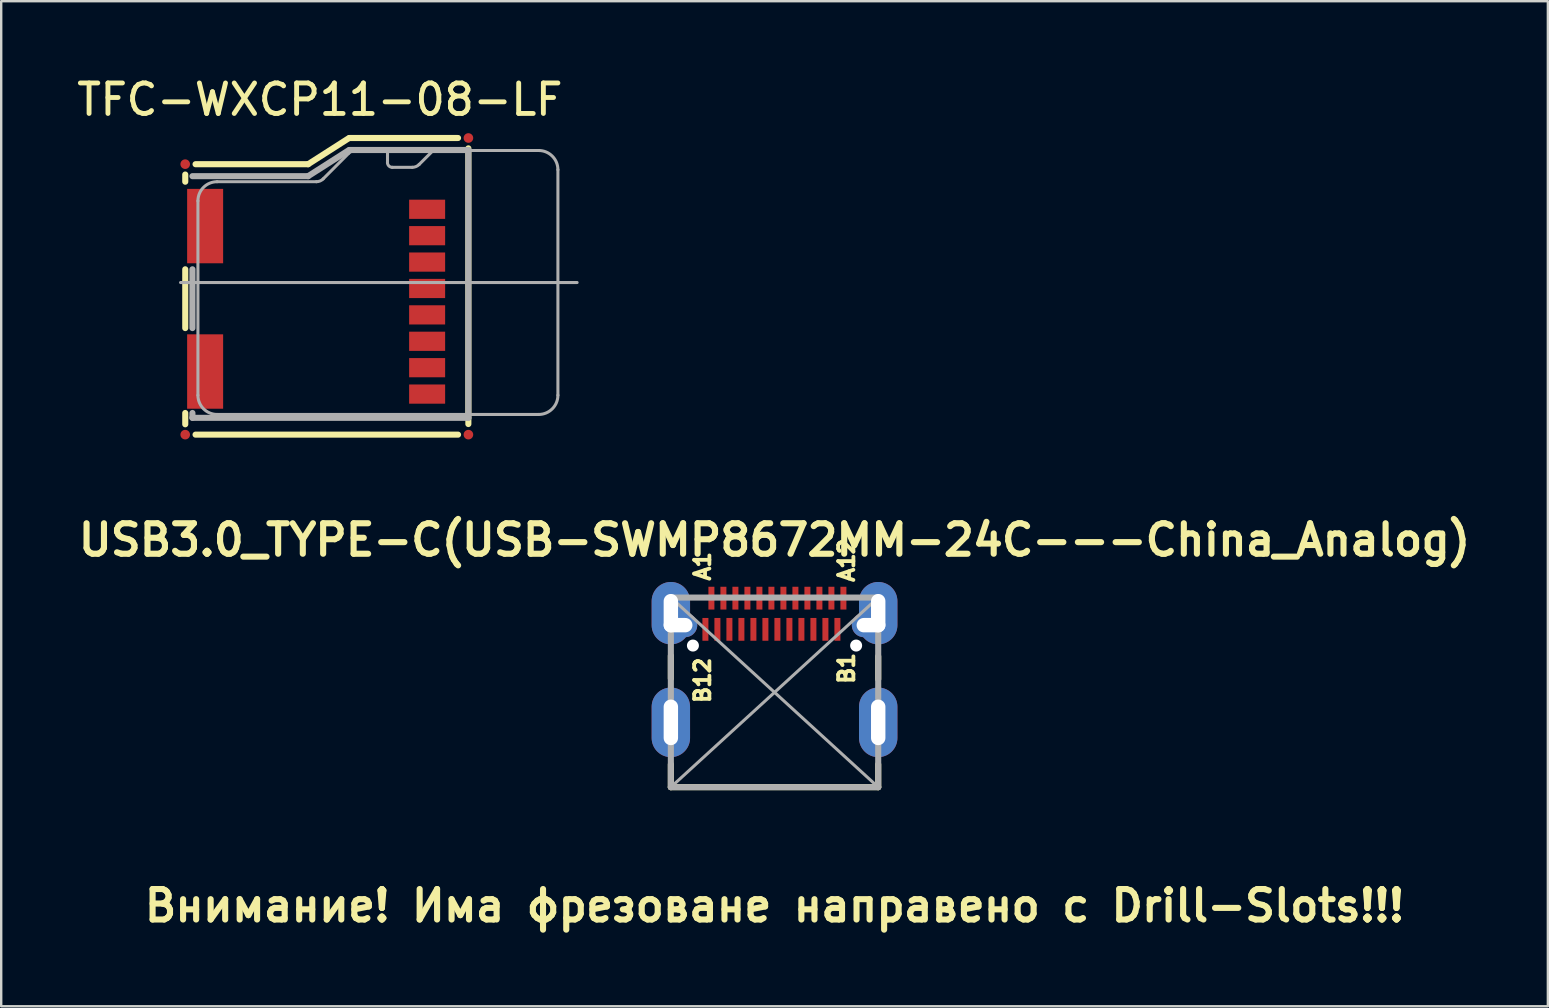
<source format=kicad_pcb>
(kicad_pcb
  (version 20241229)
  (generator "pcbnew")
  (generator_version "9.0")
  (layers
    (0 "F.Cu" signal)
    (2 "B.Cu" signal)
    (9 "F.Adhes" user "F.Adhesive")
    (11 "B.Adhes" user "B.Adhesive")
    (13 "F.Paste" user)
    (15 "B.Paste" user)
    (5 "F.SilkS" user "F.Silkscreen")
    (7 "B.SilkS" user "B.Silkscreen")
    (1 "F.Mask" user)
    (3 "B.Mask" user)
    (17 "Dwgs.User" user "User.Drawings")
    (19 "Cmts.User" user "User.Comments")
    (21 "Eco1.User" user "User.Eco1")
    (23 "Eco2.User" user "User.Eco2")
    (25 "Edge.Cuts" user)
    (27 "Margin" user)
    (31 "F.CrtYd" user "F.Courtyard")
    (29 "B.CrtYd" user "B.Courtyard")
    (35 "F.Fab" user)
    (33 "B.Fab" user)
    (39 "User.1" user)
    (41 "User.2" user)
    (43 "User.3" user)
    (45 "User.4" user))
  (footprint "TFC-WXCP11-08-LF"
    (layer "F.Cu")
    (at 10.747 9.52)
    (property "Reference" "TFC-WXCP11-08-LF" (at -0.47 -8.42 0) (layer "F.SilkS") (effects (font (size 1.27 1.27) (thickness 0.203))))
    (attr smd)
    (fp_line (start -6.078 -4.999) (end -6.078 -5.298) (stroke (width 0.254) (type solid)) (layer "F.SilkS"))
    (fp_line (start -6.078 1.1) (end -6.078 -1.349) (stroke (width 0.254) (type solid)) (layer "F.SilkS"))
    (fp_line (start -6.078 5.108) (end -6.078 4.638) (stroke (width 0.254) (type solid)) (layer "F.SilkS"))
    (fp_line (start -5.649 -5.728) (end -0.958 -5.728) (stroke (width 0.254) (type solid)) (layer "F.SilkS"))
    (fp_line (start -0.958 -5.728) (end 0.749 -6.82) (stroke (width 0.254) (type solid)) (layer "F.SilkS"))
    (fp_line (start 5.288 -6.82) (end 0.77 -6.82) (stroke (width 0.254) (type solid)) (layer "F.SilkS"))
    (fp_line (start 5.288 5.54) (end -5.649 5.54) (stroke (width 0.254) (type solid)) (layer "F.SilkS"))
    (fp_line (start 5.718 5.098) (end 5.718 -6.388) (stroke (width 0.254) (type solid)) (layer "F.SilkS"))
    (fp_line (start -6.274 -0.798) (end 10.249 -0.798) (stroke (width 0.127) (type solid)) (layer "F.Fab"))
    (fp_line (start -5.779 -5.23) (end -0.958 -5.23) (stroke (width 0.254) (type solid)) (layer "F.Fab"))
    (fp_line (start -5.779 1.1) (end -5.779 -1.349) (stroke (width 0.254) (type solid)) (layer "F.Fab"))
    (fp_line (start -5.779 4.839) (end -5.779 4.638) (stroke (width 0.254) (type solid)) (layer "F.Fab"))
    (fp_line (start -5.55 3.899) (end -5.55 -4.199) (stroke (width 0.127) (type solid)) (layer "F.Fab"))
    (fp_line (start -4.75 -4.999) (end -0.615 -4.999) (stroke (width 0.127) (type solid)) (layer "F.Fab"))
    (fp_line (start -0.958 -5.23) (end 0.749 -6.32) (stroke (width 0.254) (type solid)) (layer "F.Fab"))
    (fp_line (start -0.333 -5.116) (end 0.732 -6.182) (stroke (width 0.127) (type solid)) (layer "F.Fab"))
    (fp_line (start 1.013 -6.299) (end 2.248 -6.299) (stroke (width 0.127) (type solid)) (layer "F.Fab"))
    (fp_line (start 2.349 -6.198) (end 2.349 -5.799) (stroke (width 0.127) (type solid)) (layer "F.Fab"))
    (fp_line (start 2.548 -5.598) (end 3.383 -5.598) (stroke (width 0.127) (type solid)) (layer "F.Fab"))
    (fp_line (start 3.665 -5.715) (end 4.249 -6.299) (stroke (width 0.127) (type solid)) (layer "F.Fab"))
    (fp_line (start 4.249 -6.299) (end 8.649 -6.299) (stroke (width 0.127) (type solid)) (layer "F.Fab"))
    (fp_line (start 5.718 -6.32) (end 0.77 -6.32) (stroke (width 0.254) (type solid)) (layer "F.Fab"))
    (fp_line (start 5.718 4.839) (end -5.779 4.839) (stroke (width 0.254) (type solid)) (layer "F.Fab"))
    (fp_line (start 5.718 4.839) (end 5.718 -6.32) (stroke (width 0.254) (type solid)) (layer "F.Fab"))
    (fp_line (start 8.649 4.699) (end -4.75 4.699) (stroke (width 0.127) (type solid)) (layer "F.Fab"))
    (fp_line (start 9.449 -5.499) (end 9.449 3.899) (stroke (width 0.127) (type solid)) (layer "F.Fab"))
    (fp_arc (start -5.5499 -4.19862) (mid -5.315556 -4.764376) (end -4.7498 -4.99872) (stroke (width 0.127) (type solid)) (layer "F.Fab"))
    (fp_arc (start -4.7498 4.699) (mid -5.315556 4.464656) (end -5.5499 3.8989) (stroke (width 0.127) (type solid)) (layer "F.Fab"))
    (fp_arc (start -0.33274 -5.11556) (mid -0.462095 -5.029128) (end -0.61468 -4.998777) (stroke (width 0.127) (type solid)) (layer "F.Fab"))
    (fp_arc (start 0.73152 -6.18236) (mid 0.861524 -6.268467) (end 1.014557 -6.298402) (stroke (width 0.127) (type solid)) (layer "F.Fab"))
    (fp_arc (start 2.2479 -6.2992) (mid 2.319742 -6.269442) (end 2.3495 -6.1976) (stroke (width 0.127) (type solid)) (layer "F.Fab"))
    (fp_arc (start 2.54762 -5.59816) (mid 2.405732 -5.656932) (end 2.34696 -5.79882) (stroke (width 0.127) (type solid)) (layer "F.Fab"))
    (fp_arc (start 3.66522 -5.715) (mid 3.534893 -5.628761) (end 3.381484 -5.598961) (stroke (width 0.127) (type solid)) (layer "F.Fab"))
    (fp_arc (start 8.6487 -6.2992) (mid 9.214456 -6.064856) (end 9.4488 -5.4991) (stroke (width 0.127) (type solid)) (layer "F.Fab"))
    (fp_arc (start 9.4488 3.8989) (mid 9.214456 4.464656) (end 8.6487 4.699) (stroke (width 0.127) (type solid)) (layer "F.Fab"))
    (pad "1" smd rect (at 4 -3.85 90) (size 0.8 1.5) (layers "F.Cu" "F.Mask" "F.Paste"))
    (pad "2" smd rect (at 4 -2.75 90) (size 0.8 1.5) (layers "F.Cu" "F.Mask" "F.Paste"))
    (pad "3" smd rect (at 4 -1.65 90) (size 0.8 1.5) (layers "F.Cu" "F.Mask" "F.Paste"))
    (pad "4" smd rect (at 4 -0.55 90) (size 0.8 1.5) (layers "F.Cu" "F.Mask" "F.Paste"))
    (pad "5" smd rect (at 4 0.55 90) (size 0.8 1.5) (layers "F.Cu" "F.Mask" "F.Paste"))
    (pad "6" smd rect (at 4 1.65 90) (size 0.8 1.5) (layers "F.Cu" "F.Mask" "F.Paste"))
    (pad "7" smd rect (at 4 2.75 90) (size 0.8 1.5) (layers "F.Cu" "F.Mask" "F.Paste"))
    (pad "8" smd rect (at 4 3.85 90) (size 0.8 1.5) (layers "F.Cu" "F.Mask" "F.Paste"))
    (pad "FID1" smd circle (at 5.72 -6.82 90) (size 0.4 0.4) (layers "F.Cu" "F.Mask"))
    (pad "FID2" smd circle (at -6.08 -5.73 90) (size 0.4 0.4) (layers "F.Cu" "F.Mask"))
    (pad "FID3" smd circle (at -6.08 5.54 90) (size 0.4 0.4) (layers "F.Cu" "F.Mask"))
    (pad "FID4" smd circle (at 5.72 5.54 90) (size 0.4 0.4) (layers "F.Cu" "F.Mask"))
    (pad "SH1" smd rect (at -5.25 2.91 90) (size 3.1 1.5) (layers "F.Cu" "F.Mask" "F.Paste"))
    (pad "SH2" smd rect (at -5.25 -3.15 90) (size 3.1 1.5) (layers "F.Cu" "F.Mask" "F.Paste")))
  (footprint "USB3.0_TYPE-C(USB-SWMP8672MM-24C---China_Analog)"
    (layer "F.Cu")
    (at 29.222 25.798)
    (property "Reference" "USB3.0_TYPE-C(USB-SWMP8672MM-24C---China_Analog)" (at 0 -6.35 0) (layer "F.SilkS") (effects (font (size 1.27 1.27) (thickness 0.254))))
    (attr through_hole)
    (fp_line (start -4.32 -1.525) (end -4.32 -0.575) (stroke (width 0.254) (type solid)) (layer "F.SilkS"))
    (fp_line (start -4.32 3) (end -4.32 3.95) (stroke (width 0.254) (type solid)) (layer "F.SilkS"))
    (fp_line (start -4.32 3.95) (end 4.32 3.95) (stroke (width 0.254) (type solid)) (layer "F.SilkS"))
    (fp_line (start 4.32 -0.55) (end 4.32 -1.5) (stroke (width 0.254) (type solid)) (layer "F.SilkS"))
    (fp_line (start 4.32 3.95) (end 4.32 3) (stroke (width 0.254) (type solid)) (layer "F.SilkS"))
    (fp_line (start -4.32 -3.95) (end 4.32 -3.95) (stroke (width 0.254) (type solid)) (layer "F.Fab"))
    (fp_line (start -4.32 -3.95) (end 4.32 3.95) (stroke (width 0.127) (type solid)) (layer "F.Fab"))
    (fp_line (start -4.32 3.95) (end -4.32 -3.95) (stroke (width 0.254) (type solid)) (layer "F.Fab"))
    (fp_line (start -4.32 3.95) (end 4.32 3.95) (stroke (width 0.254) (type solid)) (layer "F.Fab"))
    (fp_line (start 4.32 -3.95) (end -4.32 3.95) (stroke (width 0.127) (type solid)) (layer "F.Fab"))
    (fp_line (start 4.32 3.95) (end 4.32 -3.95) (stroke (width 0.254) (type solid)) (layer "F.Fab"))
    (fp_text user "B12" (at -3 -0.5 90) (layer "F.SilkS") (effects (font (size 0.635 0.635) (thickness 0.159))))
    (fp_text user "A12" (at 3 -5.5 90) (layer "F.SilkS") (effects (font (size 0.635 0.635) (thickness 0.159))))
    (fp_text user "B1" (at 3 -1 90) (layer "F.SilkS") (effects (font (size 0.635 0.635) (thickness 0.159))))
    (fp_text user "A1" (at -3 -5.25 90) (layer "F.SilkS") (effects (font (size 0.635 0.635) (thickness 0.159))))
    (fp_text user "Внимание! Има фрезоване направено с Drill-Slots!!!" (at 0 8.89 0) (layer "F.SilkS") (effects (font (size 1.27 1.27) (thickness 0.254))))
    (pad "" np_thru_hole circle (at -3.4 -1.95 90) (size 0.5 0.5) (drill 0.5) (layers "*.Cu" "*.Mask"))
    (pad "" np_thru_hole circle (at 3.4 -1.95 90) (size 0.5 0.5) (drill 0.5) (layers "*.Cu" "*.Mask"))
    (pad "0" thru_hole oval (at -4.32 -3.3) (size 1.6 2.6) (drill oval 0.6 1.6) (layers "*.Cu" "*.Mask"))
    (pad "0" thru_hole oval (at -4.32 1.25) (size 1.6 2.9) (drill oval 0.6 1.9) (layers "*.Cu" "*.Mask"))
    (pad "0" thru_hole oval (at -4.02 -2.8 90) (size 1 1.6) (drill oval 0.6 1.2) (layers "*.Cu" "*.Mask"))
    (pad "0" thru_hole oval (at 4.02 -2.8 90) (size 1 1.6) (drill oval 0.6 1.2) (layers "*.Cu" "*.Mask"))
    (pad "0" thru_hole oval (at 4.32 -3.3) (size 1.6 2.6) (drill oval 0.6 1.6) (layers "*.Cu" "*.Mask"))
    (pad "0" thru_hole oval (at 4.32 1.25) (size 1.6 2.9) (drill oval 0.6 1.9) (layers "*.Cu" "*.Mask"))
    (pad "A1" smd rect (at -2.63 -3.925 180) (size 0.25 0.95) (layers "F.Cu" "F.Mask" "F.Paste"))
    (pad "A2" smd rect (at -2.13 -3.925 180) (size 0.25 0.95) (layers "F.Cu" "F.Mask" "F.Paste"))
    (pad "A3" smd rect (at -1.63 -3.925 180) (size 0.25 0.95) (layers "F.Cu" "F.Mask" "F.Paste"))
    (pad "A4" smd rect (at -1.13 -3.925 180) (size 0.25 0.95) (layers "F.Cu" "F.Mask" "F.Paste"))
    (pad "A5" smd rect (at -0.63 -3.925 180) (size 0.25 0.95) (layers "F.Cu" "F.Mask" "F.Paste"))
    (pad "A6" smd rect (at -0.13 -3.925 180) (size 0.25 0.95) (layers "F.Cu" "F.Mask" "F.Paste"))
    (pad "A7" smd rect (at 0.37 -3.925 180) (size 0.25 0.95) (layers "F.Cu" "F.Mask" "F.Paste"))
    (pad "A8" smd rect (at 0.87 -3.925 180) (size 0.25 0.95) (layers "F.Cu" "F.Mask" "F.Paste"))
    (pad "A9" smd rect (at 1.37 -3.925 180) (size 0.25 0.95) (layers "F.Cu" "F.Mask" "F.Paste"))
    (pad "A10" smd rect (at 1.87 -3.925 180) (size 0.25 0.95) (layers "F.Cu" "F.Mask" "F.Paste"))
    (pad "A11" smd rect (at 2.37 -3.925 180) (size 0.25 0.95) (layers "F.Cu" "F.Mask" "F.Paste"))
    (pad "A12" smd rect (at 2.87 -3.925 180) (size 0.25 0.95) (layers "F.Cu" "F.Mask" "F.Paste"))
    (pad "B1" smd rect (at 2.62 -2.625 180) (size 0.25 0.95) (layers "F.Cu" "F.Mask" "F.Paste"))
    (pad "B2" smd rect (at 2.12 -2.625 180) (size 0.25 0.95) (layers "F.Cu" "F.Mask" "F.Paste"))
    (pad "B3" smd rect (at 1.62 -2.625 180) (size 0.25 0.95) (layers "F.Cu" "F.Mask" "F.Paste"))
    (pad "B4" smd rect (at 1.12 -2.625 180) (size 0.25 0.95) (layers "F.Cu" "F.Mask" "F.Paste"))
    (pad "B5" smd rect (at 0.62 -2.625 180) (size 0.25 0.95) (layers "F.Cu" "F.Mask" "F.Paste"))
    (pad "B6" smd rect (at 0.12 -2.625 180) (size 0.25 0.95) (layers "F.Cu" "F.Mask" "F.Paste"))
    (pad "B7" smd rect (at -0.38 -2.625 180) (size 0.25 0.95) (layers "F.Cu" "F.Mask" "F.Paste"))
    (pad "B8" smd rect (at -0.88 -2.625 180) (size 0.25 0.95) (layers "F.Cu" "F.Mask" "F.Paste"))
    (pad "B9" smd rect (at -1.38 -2.625 180) (size 0.25 0.95) (layers "F.Cu" "F.Mask" "F.Paste"))
    (pad "B10" smd rect (at -1.88 -2.625 180) (size 0.25 0.95) (layers "F.Cu" "F.Mask" "F.Paste"))
    (pad "B11" smd rect (at -2.38 -2.625 180) (size 0.25 0.95) (layers "F.Cu" "F.Mask" "F.Paste"))
    (pad "B12" smd rect (at -2.88 -2.625 180) (size 0.25 0.95) (layers "F.Cu" "F.Mask" "F.Paste")))
  (gr_rect
    (start -3 -3)
    (end 61.444 38.877)
    (stroke (width 0.1) (type default))
    (fill no)
    (layer "Edge.Cuts")))
</source>
